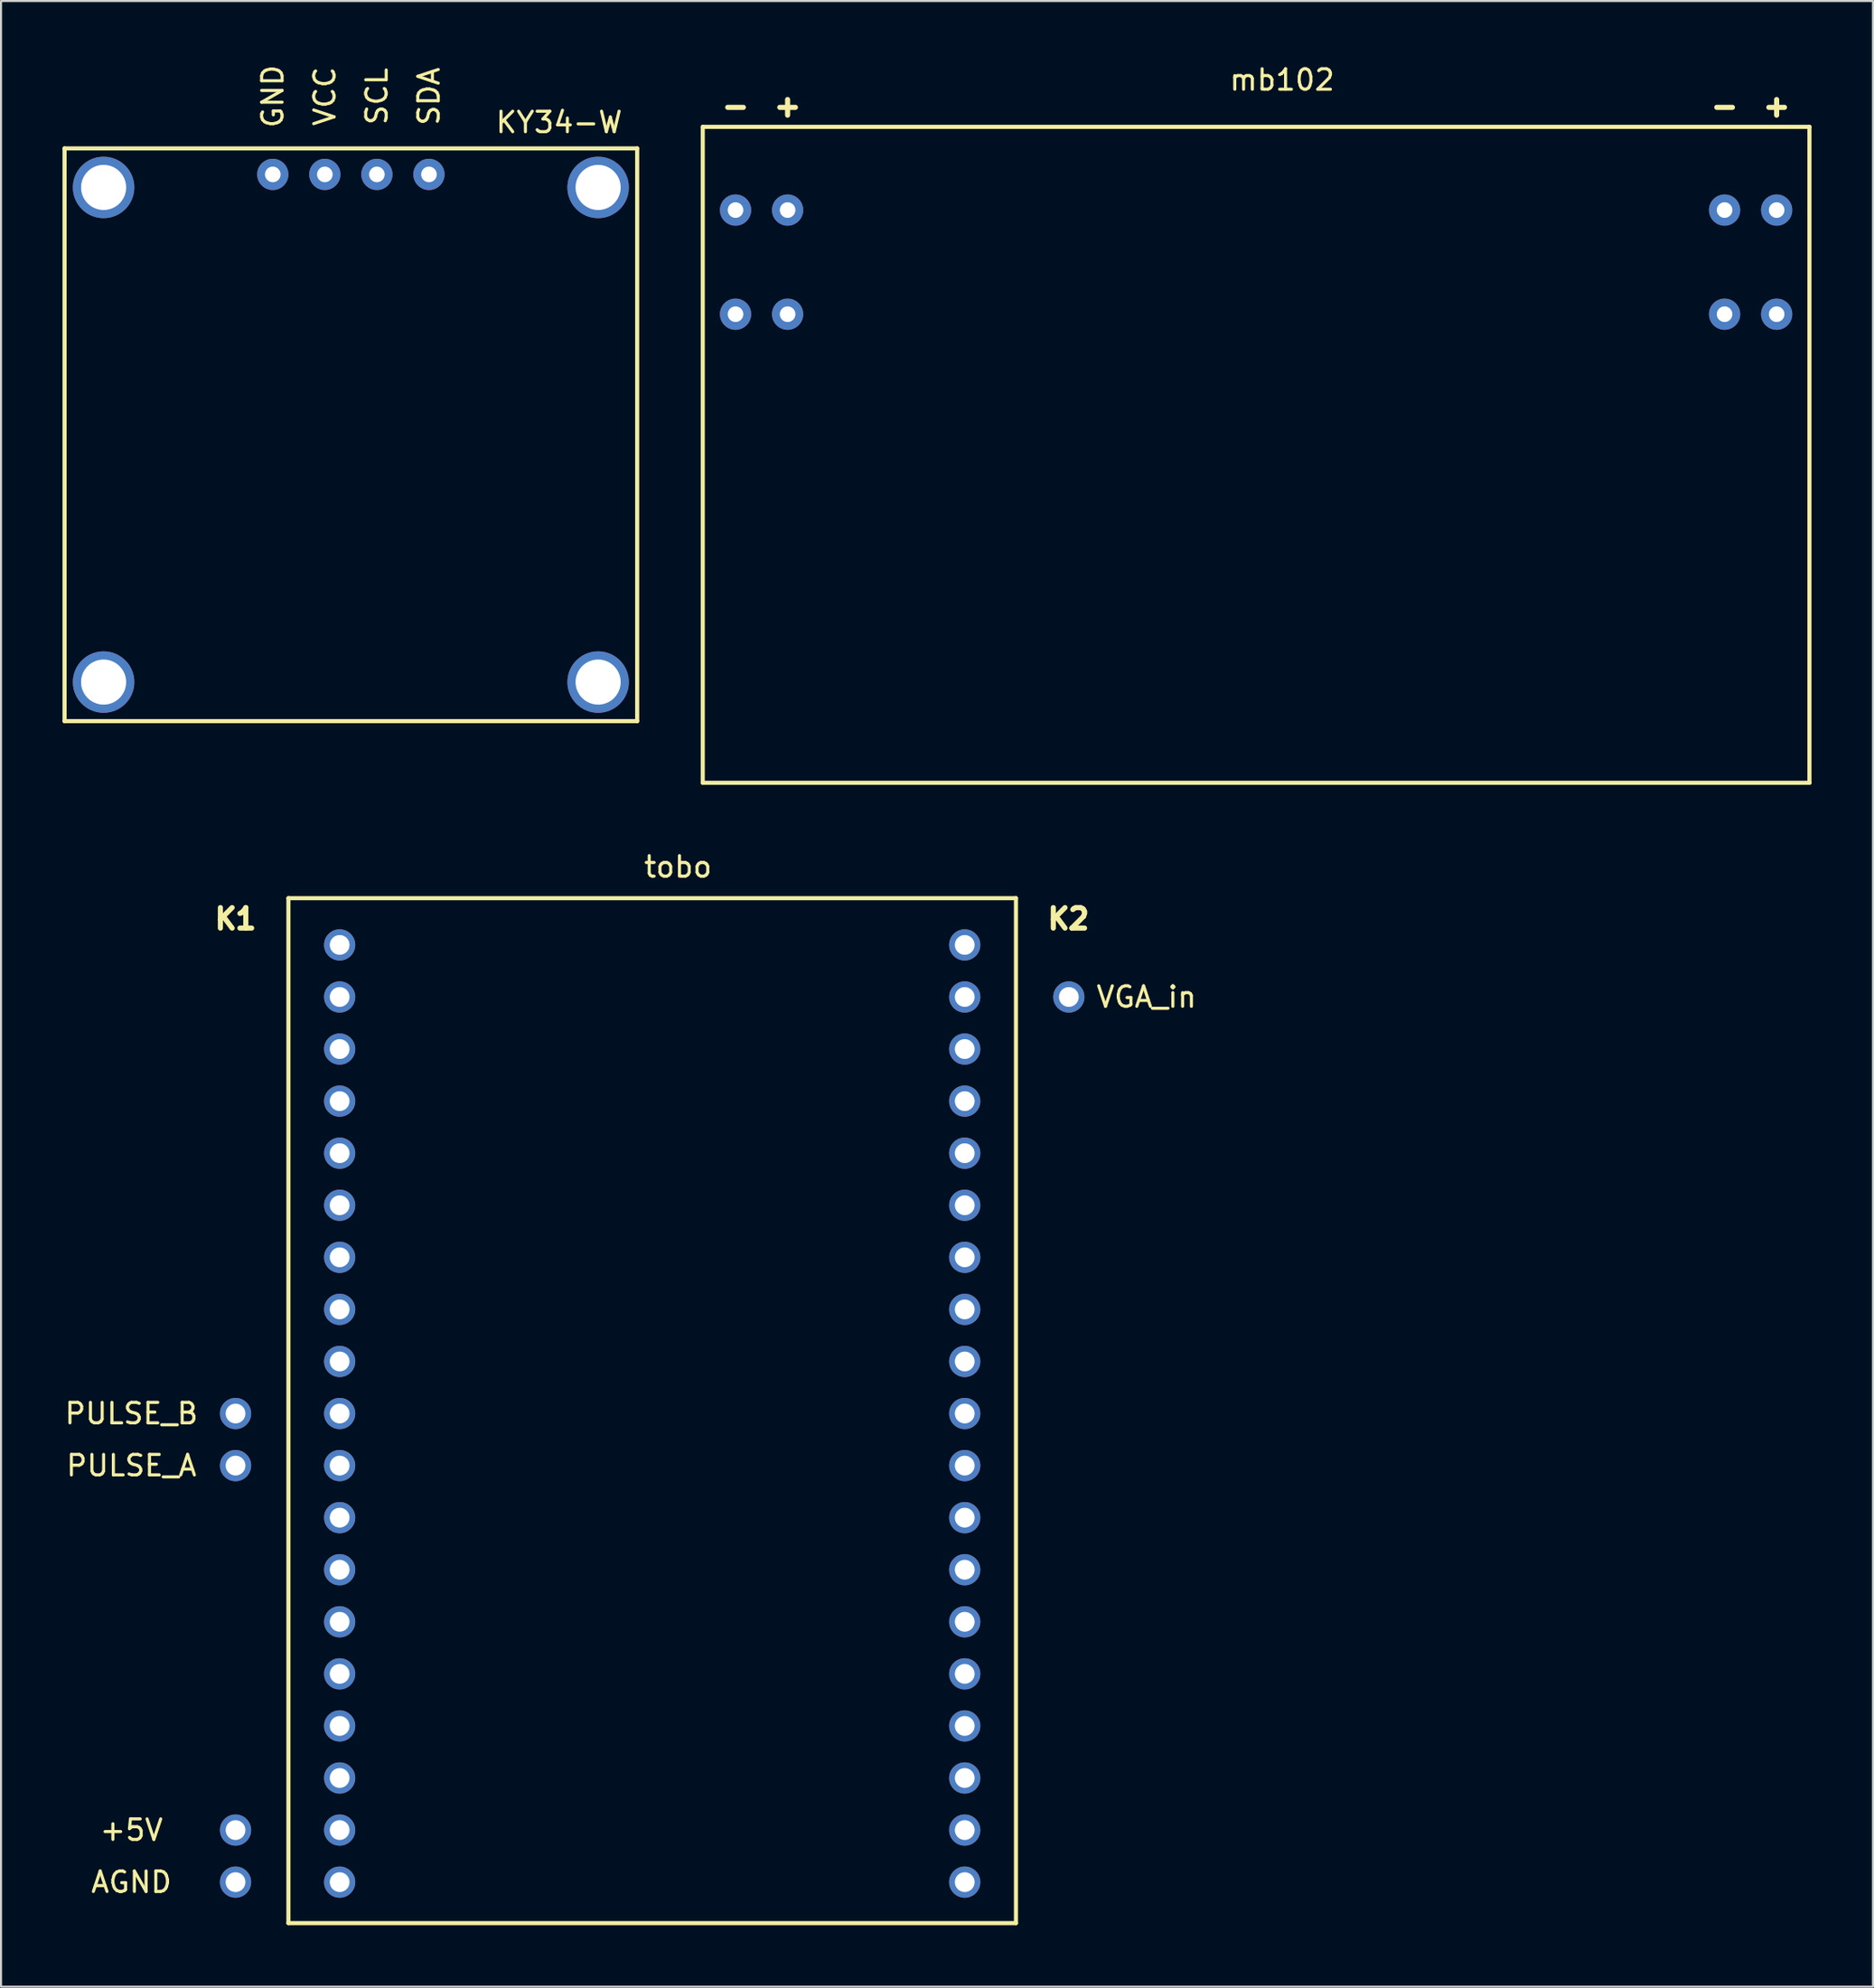
<source format=kicad_pcb>
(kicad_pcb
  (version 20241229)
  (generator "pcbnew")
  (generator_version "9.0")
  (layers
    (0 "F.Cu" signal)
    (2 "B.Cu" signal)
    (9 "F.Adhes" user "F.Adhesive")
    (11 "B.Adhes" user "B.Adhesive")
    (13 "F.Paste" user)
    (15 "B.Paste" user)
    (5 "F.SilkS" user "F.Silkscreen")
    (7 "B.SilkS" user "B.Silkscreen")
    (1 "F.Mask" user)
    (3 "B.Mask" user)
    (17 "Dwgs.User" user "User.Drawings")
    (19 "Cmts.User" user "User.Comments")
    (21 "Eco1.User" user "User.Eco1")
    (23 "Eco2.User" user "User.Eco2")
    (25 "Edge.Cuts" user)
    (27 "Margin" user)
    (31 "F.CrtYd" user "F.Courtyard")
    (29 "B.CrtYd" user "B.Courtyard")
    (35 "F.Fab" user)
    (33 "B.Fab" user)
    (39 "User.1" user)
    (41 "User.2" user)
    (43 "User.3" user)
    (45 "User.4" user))
  (footprint "tobo"
    (layer "F.Cu")
    (at 13.523 88.766)
    (property "Reference" "tobo" (at 16.51 -49.53 0) (layer "F.SilkS") (effects (font (size 1 1) (thickness 0.15))))
    (attr through_hole)
    (fp_line (start -2.5 -48) (end -2.5 2) (stroke (width 0.2) (type solid)) (layer "F.SilkS"))
    (fp_line (start -2.5 2) (end 33 2) (stroke (width 0.2) (type solid)) (layer "F.SilkS"))
    (fp_line (start 33 -48) (end -2.5 -48) (stroke (width 0.2) (type solid)) (layer "F.SilkS"))
    (fp_line (start 33 2) (end 33 -48) (stroke (width 0.2) (type solid)) (layer "F.SilkS"))
    (fp_text user "AGND" (at -10.16 0 0) (layer "F.SilkS") (effects (font (size 1 1) (thickness 0.15))))
    (fp_text user "PULSE_B" (at -10.16 -22.86 0) (layer "F.SilkS") (effects (font (size 1 1) (thickness 0.15))))
    (fp_text user "PULSE_A" (at -10.16 -20.32 0) (layer "F.SilkS") (effects (font (size 1 1) (thickness 0.15))))
    (fp_text user "K2" (at 35.56 -46.99 0) (layer "F.SilkS") (effects (font (size 1 1) (thickness 0.25))))
    (fp_text user "+5V" (at -10.16 -2.54 0) (layer "F.SilkS") (effects (font (size 1 1) (thickness 0.15))))
    (fp_text user "VGA_in" (at 39.37 -43.18 0) (layer "F.SilkS") (effects (font (size 1 1) (thickness 0.15))))
    (fp_text user "K1" (at -5.08 -46.99 0) (layer "F.SilkS") (effects (font (size 1 1) (thickness 0.25))))
    (pad "1" thru_hole circle (at -5.08 0) (size 1.524 1.524) (drill 0.965) (layers "*.Cu" "*.Mask"))
    (pad "1" thru_hole circle (at 0 0) (size 1.524 1.524) (drill 0.965) (layers "*.Cu" "*.Mask"))
    (pad "1" thru_hole circle (at 30.5 0) (size 1.524 1.524) (drill 0.965) (layers "*.Cu" "*.Mask"))
    (pad "2" thru_hole circle (at -5.08 -2.54) (size 1.524 1.524) (drill 0.965) (layers "*.Cu" "*.Mask"))
    (pad "2" thru_hole circle (at 0 -2.54) (size 1.524 1.524) (drill 0.965) (layers "*.Cu" "*.Mask"))
    (pad "2" thru_hole circle (at 30.5 -2.54) (size 1.524 1.524) (drill 0.965) (layers "*.Cu" "*.Mask"))
    (pad "3" thru_hole circle (at 0 -5.08) (size 1.524 1.524) (drill 0.965) (layers "*.Cu" "*.Mask"))
    (pad "3" thru_hole circle (at 30.5 -5.08) (size 1.524 1.524) (drill 0.965) (layers "*.Cu" "*.Mask"))
    (pad "4" thru_hole circle (at 0 -7.62) (size 1.524 1.524) (drill 0.965) (layers "*.Cu" "*.Mask"))
    (pad "4" thru_hole circle (at 30.5 -7.62) (size 1.524 1.524) (drill 0.965) (layers "*.Cu" "*.Mask"))
    (pad "5" thru_hole circle (at 0 -10.16) (size 1.524 1.524) (drill 0.965) (layers "*.Cu" "*.Mask"))
    (pad "5" thru_hole circle (at 30.5 -10.16) (size 1.524 1.524) (drill 0.965) (layers "*.Cu" "*.Mask"))
    (pad "6" thru_hole circle (at 0 -12.7) (size 1.524 1.524) (drill 0.965) (layers "*.Cu" "*.Mask"))
    (pad "6" thru_hole circle (at 30.5 -12.7) (size 1.524 1.524) (drill 0.965) (layers "*.Cu" "*.Mask"))
    (pad "7" thru_hole circle (at 0 -15.24) (size 1.524 1.524) (drill 0.965) (layers "*.Cu" "*.Mask"))
    (pad "7" thru_hole circle (at 30.5 -15.24) (size 1.524 1.524) (drill 0.965) (layers "*.Cu" "*.Mask"))
    (pad "8" thru_hole circle (at 0 -17.78) (size 1.524 1.524) (drill 0.965) (layers "*.Cu" "*.Mask"))
    (pad "8" thru_hole circle (at 30.5 -17.78) (size 1.524 1.524) (drill 0.965) (layers "*.Cu" "*.Mask"))
    (pad "9" thru_hole circle (at -5.08 -20.32) (size 1.524 1.524) (drill 0.965) (layers "*.Cu" "*.Mask"))
    (pad "9" thru_hole circle (at 0 -20.32) (size 1.524 1.524) (drill 0.965) (layers "*.Cu" "*.Mask"))
    (pad "9" thru_hole circle (at 30.5 -20.32) (size 1.524 1.524) (drill 0.965) (layers "*.Cu" "*.Mask"))
    (pad "10" thru_hole circle (at -5.08 -22.86) (size 1.524 1.524) (drill 0.965) (layers "*.Cu" "*.Mask"))
    (pad "10" thru_hole circle (at 0 -22.86) (size 1.524 1.524) (drill 0.965) (layers "*.Cu" "*.Mask"))
    (pad "10" thru_hole circle (at 30.5 -22.86) (size 1.524 1.524) (drill 0.965) (layers "*.Cu" "*.Mask"))
    (pad "11" thru_hole circle (at 0 -25.4) (size 1.524 1.524) (drill 0.965) (layers "*.Cu" "*.Mask"))
    (pad "11" thru_hole circle (at 30.5 -25.4) (size 1.524 1.524) (drill 0.965) (layers "*.Cu" "*.Mask"))
    (pad "12" thru_hole circle (at 0 -27.94) (size 1.524 1.524) (drill 0.965) (layers "*.Cu" "*.Mask"))
    (pad "12" thru_hole circle (at 30.5 -27.94) (size 1.524 1.524) (drill 0.965) (layers "*.Cu" "*.Mask"))
    (pad "13" thru_hole circle (at 0 -30.48) (size 1.524 1.524) (drill 0.965) (layers "*.Cu" "*.Mask"))
    (pad "13" thru_hole circle (at 30.5 -30.48) (size 1.524 1.524) (drill 0.965) (layers "*.Cu" "*.Mask"))
    (pad "14" thru_hole circle (at 0 -33.02) (size 1.524 1.524) (drill 0.965) (layers "*.Cu" "*.Mask"))
    (pad "14" thru_hole circle (at 30.5 -33.02) (size 1.524 1.524) (drill 0.965) (layers "*.Cu" "*.Mask"))
    (pad "15" thru_hole circle (at 0 -35.56) (size 1.524 1.524) (drill 0.965) (layers "*.Cu" "*.Mask"))
    (pad "15" thru_hole circle (at 30.5 -35.56) (size 1.524 1.524) (drill 0.965) (layers "*.Cu" "*.Mask"))
    (pad "16" thru_hole circle (at 0 -38.1) (size 1.524 1.524) (drill 0.965) (layers "*.Cu" "*.Mask"))
    (pad "16" thru_hole circle (at 30.5 -38.1) (size 1.524 1.524) (drill 0.965) (layers "*.Cu" "*.Mask"))
    (pad "17" thru_hole circle (at 0 -40.64) (size 1.524 1.524) (drill 0.965) (layers "*.Cu" "*.Mask"))
    (pad "17" thru_hole circle (at 30.5 -40.64) (size 1.524 1.524) (drill 0.965) (layers "*.Cu" "*.Mask"))
    (pad "18" thru_hole circle (at 0 -43.18) (size 1.524 1.524) (drill 0.965) (layers "*.Cu" "*.Mask"))
    (pad "18" thru_hole circle (at 30.5 -43.18) (size 1.524 1.524) (drill 0.965) (layers "*.Cu" "*.Mask"))
    (pad "18" thru_hole circle (at 35.58 -43.18) (size 1.524 1.524) (drill 0.965) (layers "*.Cu" "*.Mask"))
    (pad "19" thru_hole circle (at 0 -45.72) (size 1.524 1.524) (drill 0.965) (layers "*.Cu" "*.Mask"))
    (pad "19" thru_hole circle (at 30.5 -45.72) (size 1.524 1.524) (drill 0.965) (layers "*.Cu" "*.Mask")))
  (footprint "KY34-W"
    (layer "F.Cu")
    (at 10.26 5.459)
    (property "Reference" "KY34-W" (at 13.97 -2.54 0) (layer "F.SilkS") (effects (font (size 1 1) (thickness 0.15))))
    (attr through_hole)
    (fp_line (start -10.16 -1.27) (end 17.78 -1.27) (stroke (width 0.2) (type solid)) (layer "F.SilkS"))
    (fp_line (start -10.16 26.67) (end -10.16 -1.27) (stroke (width 0.2) (type solid)) (layer "F.SilkS"))
    (fp_line (start 17.78 -1.27) (end 17.78 26.67) (stroke (width 0.2) (type solid)) (layer "F.SilkS"))
    (fp_line (start 17.78 26.67) (end -10.16 26.67) (stroke (width 0.2) (type solid)) (layer "F.SilkS"))
    (fp_text user "SDA" (at 7.62 -3.81 90) (layer "F.SilkS") (effects (font (size 1 1) (thickness 0.15))))
    (fp_text user "GND" (at 0 -3.81 90) (layer "F.SilkS") (effects (font (size 1 1) (thickness 0.15))))
    (fp_text user "SCL" (at 5.08 -3.81 90) (layer "F.SilkS") (effects (font (size 1 1) (thickness 0.15))))
    (fp_text user "VCC" (at 2.54 -3.81 90) (layer "F.SilkS") (effects (font (size 1 1) (thickness 0.15))))
    (pad "0" thru_hole circle (at -8.255 0.635) (size 3 3) (drill 2.2) (layers "*.Cu" "*.Mask"))
    (pad "0" thru_hole circle (at -8.255 24.765) (size 3 3) (drill 2.2) (layers "*.Cu" "*.Mask"))
    (pad "0" thru_hole circle (at 15.875 0.635) (size 3 3) (drill 2.2) (layers "*.Cu" "*.Mask"))
    (pad "0" thru_hole circle (at 15.875 24.765) (size 3 3) (drill 2.2) (layers "*.Cu" "*.Mask"))
    (pad "1" thru_hole circle (at 0 0) (size 1.524 1.524) (drill 0.762) (layers "*.Cu" "*.Mask"))
    (pad "2" thru_hole circle (at 2.54 0) (size 1.524 1.524) (drill 0.762) (layers "*.Cu" "*.Mask"))
    (pad "3" thru_hole circle (at 5.08 0) (size 1.524 1.524) (drill 0.762) (layers "*.Cu" "*.Mask"))
    (pad "4" thru_hole circle (at 7.62 0) (size 1.524 1.524) (drill 0.762) (layers "*.Cu" "*.Mask")))
  (footprint "mb102"
    (layer "F.Cu")
    (at 32.84 35.138)
    (property "Reference" "mb102" (at 26.67 -34.29 0) (layer "F.SilkS") (effects (font (size 1 1) (thickness 0.15))))
    (attr through_hole)
    (fp_line (start -1.6 -32) (end -1.6 0) (stroke (width 0.2) (type solid)) (layer "F.SilkS"))
    (fp_line (start -1.6 0) (end 52.4 0) (stroke (width 0.2) (type solid)) (layer "F.SilkS"))
    (fp_line (start 52.4 -32) (end -1.6 -32) (stroke (width 0.2) (type solid)) (layer "F.SilkS"))
    (fp_line (start 52.4 0) (end 52.4 -32) (stroke (width 0.2) (type solid)) (layer "F.SilkS"))
    (fp_text user "-" (at 48.26 -33.02 0) (layer "F.SilkS") (effects (font (size 1 1) (thickness 0.25))))
    (fp_text user "+" (at 50.8 -33.02 0) (layer "F.SilkS") (effects (font (size 1 1) (thickness 0.25))))
    (fp_text user "-" (at 0 -33.02 0) (layer "F.SilkS") (effects (font (size 1 1) (thickness 0.25))))
    (fp_text user "+" (at 2.54 -33.02 0) (layer "F.SilkS") (effects (font (size 1 1) (thickness 0.25))))
    (pad "1" thru_hole circle (at 0 -27.94) (size 1.524 1.524) (drill 0.762) (layers "*.Cu" "*.Mask"))
    (pad "2" thru_hole circle (at 2.54 -27.94) (size 1.524 1.524) (drill 0.762) (layers "*.Cu" "*.Mask"))
    (pad "3" thru_hole circle (at 48.26 -27.94) (size 1.524 1.524) (drill 0.762) (layers "*.Cu" "*.Mask"))
    (pad "4" thru_hole circle (at 0 -22.86) (size 1.524 1.524) (drill 0.762) (layers "*.Cu" "*.Mask"))
    (pad "4" thru_hole circle (at 50.8 -27.94) (size 1.524 1.524) (drill 0.762) (layers "*.Cu" "*.Mask"))
    (pad "5" thru_hole circle (at 2.54 -22.86) (size 1.524 1.524) (drill 0.762) (layers "*.Cu" "*.Mask"))
    (pad "6" thru_hole circle (at 48.26 -22.86) (size 1.524 1.524) (drill 0.762) (layers "*.Cu" "*.Mask"))
    (pad "7" thru_hole circle (at 50.8 -22.86) (size 1.524 1.524) (drill 0.762) (layers "*.Cu" "*.Mask")))
  (gr_rect
    (start -3 -3)
    (end 88.34 93.867)
    (stroke (width 0.1) (type default))
    (fill no)
    (layer "Edge.Cuts")))
</source>
